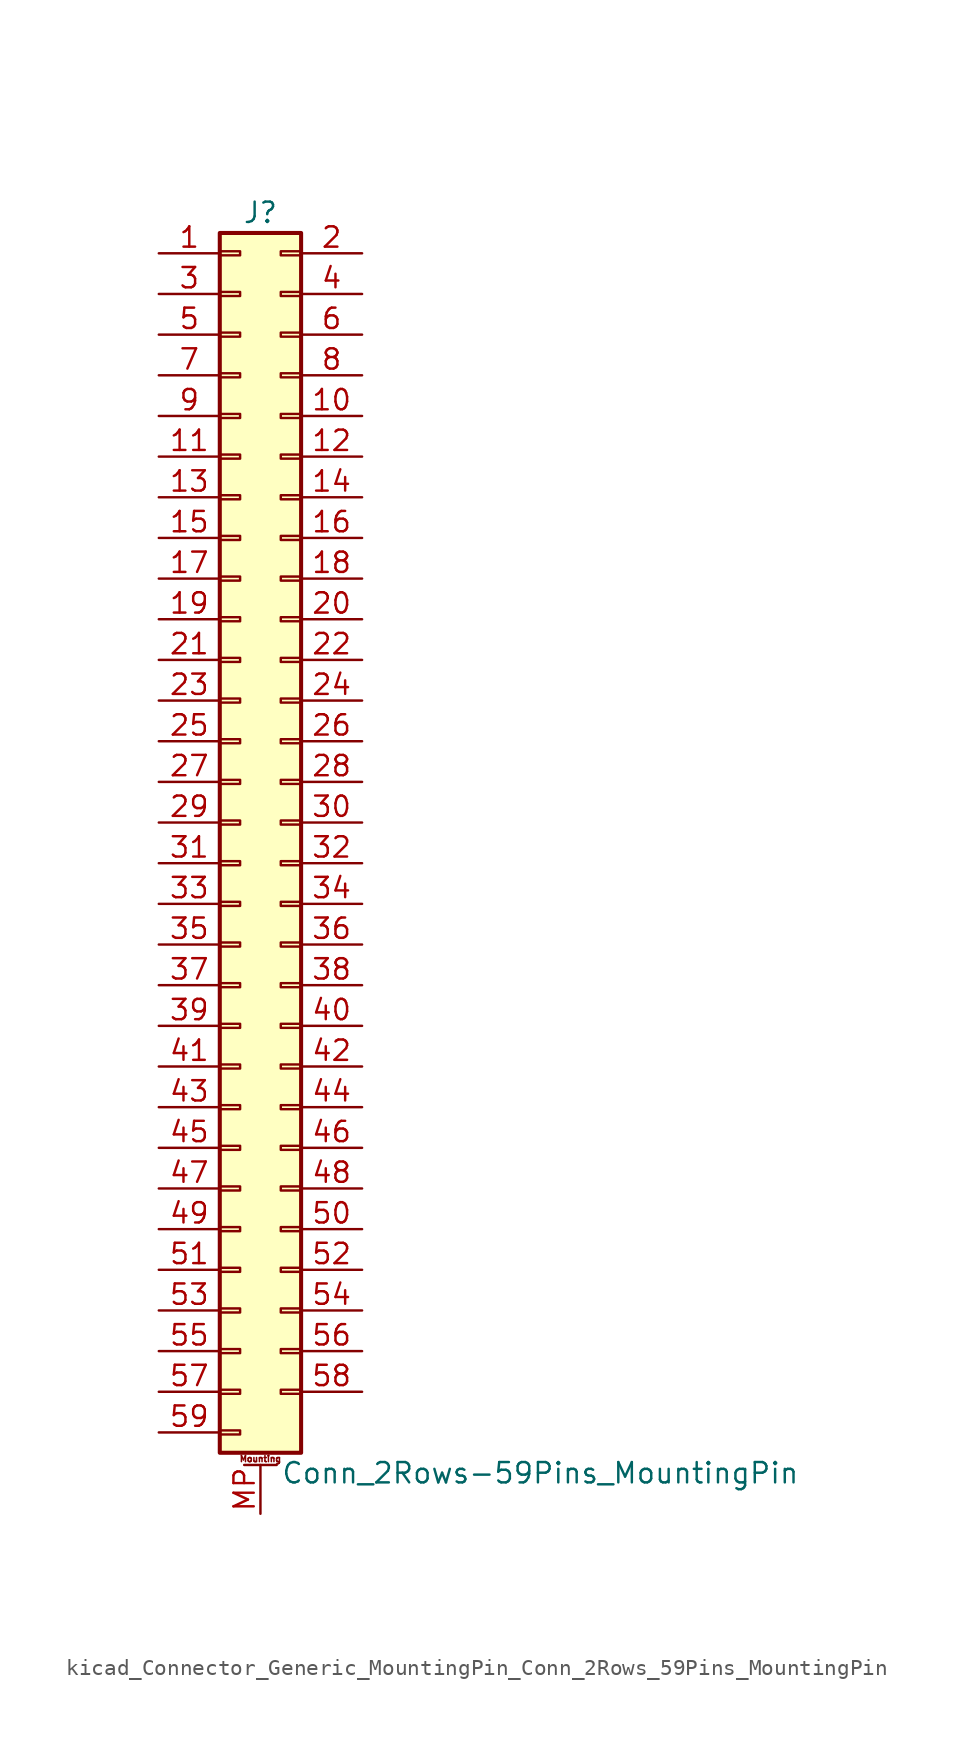
<source format=kicad_sym>
(kicad_symbol_lib
  (version 20220914)
  (generator kicad_symbol_editor)
  (symbol "kicad_Connector_Generic_MountingPin_Conn_2Rows_59Pins_MountingPin"
    (pin_names
      (offset 1.016) hide)
    (property "Reference" "J"
      (at 1.27 38.1 0)
      (effects (font (size 1.27 1.27))))
    (property "Value" "Conn_2Rows-59Pins_MountingPin"
      (at 2.54 -40.64 0)
      (effects (font (size 1.27 1.27)) (justify left)))
    (symbol "kicad_Connector_Generic_MountingPin_Conn_2Rows_59Pins_MountingPin_1_1"
      (rectangle (start -1.27 -37.973) (end 0 -38.227) (stroke (width 0.152) (type default)) (fill (type none)))
      (rectangle (start -1.27 -35.433) (end 0 -35.687) (stroke (width 0.152) (type default)) (fill (type none)))
      (rectangle (start -1.27 -32.893) (end 0 -33.147) (stroke (width 0.152) (type default)) (fill (type none)))
      (rectangle (start -1.27 -30.353) (end 0 -30.607) (stroke (width 0.152) (type default)) (fill (type none)))
      (rectangle (start -1.27 -27.813) (end 0 -28.067) (stroke (width 0.152) (type default)) (fill (type none)))
      (rectangle (start -1.27 -25.273) (end 0 -25.527) (stroke (width 0.152) (type default)) (fill (type none)))
      (rectangle (start -1.27 -22.733) (end 0 -22.987) (stroke (width 0.152) (type default)) (fill (type none)))
      (rectangle (start -1.27 -20.193) (end 0 -20.447) (stroke (width 0.152) (type default)) (fill (type none)))
      (rectangle (start -1.27 -17.653) (end 0 -17.907) (stroke (width 0.152) (type default)) (fill (type none)))
      (rectangle (start -1.27 -15.113) (end 0 -15.367) (stroke (width 0.152) (type default)) (fill (type none)))
      (rectangle (start -1.27 -12.573) (end 0 -12.827) (stroke (width 0.152) (type default)) (fill (type none)))
      (rectangle (start -1.27 -10.033) (end 0 -10.287) (stroke (width 0.152) (type default)) (fill (type none)))
      (rectangle (start -1.27 -7.493) (end 0 -7.747) (stroke (width 0.152) (type default)) (fill (type none)))
      (rectangle (start -1.27 -4.953) (end 0 -5.207) (stroke (width 0.152) (type default)) (fill (type none)))
      (rectangle (start -1.27 -2.413) (end 0 -2.667) (stroke (width 0.152) (type default)) (fill (type none)))
      (rectangle (start -1.27 0.127) (end 0 -0.127) (stroke (width 0.152) (type default)) (fill (type none)))
      (rectangle (start -1.27 2.667) (end 0 2.413) (stroke (width 0.152) (type default)) (fill (type none)))
      (rectangle (start -1.27 5.207) (end 0 4.953) (stroke (width 0.152) (type default)) (fill (type none)))
      (rectangle (start -1.27 7.747) (end 0 7.493) (stroke (width 0.152) (type default)) (fill (type none)))
      (rectangle (start -1.27 10.287) (end 0 10.033) (stroke (width 0.152) (type default)) (fill (type none)))
      (rectangle (start -1.27 12.827) (end 0 12.573) (stroke (width 0.152) (type default)) (fill (type none)))
      (rectangle (start -1.27 15.367) (end 0 15.113) (stroke (width 0.152) (type default)) (fill (type none)))
      (rectangle (start -1.27 17.907) (end 0 17.653) (stroke (width 0.152) (type default)) (fill (type none)))
      (rectangle (start -1.27 20.447) (end 0 20.193) (stroke (width 0.152) (type default)) (fill (type none)))
      (rectangle (start -1.27 22.987) (end 0 22.733) (stroke (width 0.152) (type default)) (fill (type none)))
      (rectangle (start -1.27 25.527) (end 0 25.273) (stroke (width 0.152) (type default)) (fill (type none)))
      (rectangle (start -1.27 28.067) (end 0 27.813) (stroke (width 0.152) (type default)) (fill (type none)))
      (rectangle (start -1.27 30.607) (end 0 30.353) (stroke (width 0.152) (type default)) (fill (type none)))
      (rectangle (start -1.27 33.147) (end 0 32.893) (stroke (width 0.152) (type default)) (fill (type none)))
      (rectangle (start -1.27 35.687) (end 0 35.433) (stroke (width 0.152) (type default)) (fill (type none)))
      (rectangle (start -1.27 36.83) (end 3.81 -39.37) (stroke (width 0.254) (type default)) (fill (type background)))
      (polyline (pts (xy 0.254 -40.132) (xy 2.286 -40.132)) (stroke (width 0.152) (type default)) (fill (type none)))
      (rectangle (start 3.81 -35.433) (end 2.54 -35.687) (stroke (width 0.152) (type default)) (fill (type none)))
      (rectangle (start 3.81 -32.893) (end 2.54 -33.147) (stroke (width 0.152) (type default)) (fill (type none)))
      (rectangle (start 3.81 -30.353) (end 2.54 -30.607) (stroke (width 0.152) (type default)) (fill (type none)))
      (rectangle (start 3.81 -27.813) (end 2.54 -28.067) (stroke (width 0.152) (type default)) (fill (type none)))
      (rectangle (start 3.81 -25.273) (end 2.54 -25.527) (stroke (width 0.152) (type default)) (fill (type none)))
      (rectangle (start 3.81 -22.733) (end 2.54 -22.987) (stroke (width 0.152) (type default)) (fill (type none)))
      (rectangle (start 3.81 -20.193) (end 2.54 -20.447) (stroke (width 0.152) (type default)) (fill (type none)))
      (rectangle (start 3.81 -17.653) (end 2.54 -17.907) (stroke (width 0.152) (type default)) (fill (type none)))
      (rectangle (start 3.81 -15.113) (end 2.54 -15.367) (stroke (width 0.152) (type default)) (fill (type none)))
      (rectangle (start 3.81 -12.573) (end 2.54 -12.827) (stroke (width 0.152) (type default)) (fill (type none)))
      (rectangle (start 3.81 -10.033) (end 2.54 -10.287) (stroke (width 0.152) (type default)) (fill (type none)))
      (rectangle (start 3.81 -7.493) (end 2.54 -7.747) (stroke (width 0.152) (type default)) (fill (type none)))
      (rectangle (start 3.81 -4.953) (end 2.54 -5.207) (stroke (width 0.152) (type default)) (fill (type none)))
      (rectangle (start 3.81 -2.413) (end 2.54 -2.667) (stroke (width 0.152) (type default)) (fill (type none)))
      (rectangle (start 3.81 0.127) (end 2.54 -0.127) (stroke (width 0.152) (type default)) (fill (type none)))
      (rectangle (start 3.81 2.667) (end 2.54 2.413) (stroke (width 0.152) (type default)) (fill (type none)))
      (rectangle (start 3.81 5.207) (end 2.54 4.953) (stroke (width 0.152) (type default)) (fill (type none)))
      (rectangle (start 3.81 7.747) (end 2.54 7.493) (stroke (width 0.152) (type default)) (fill (type none)))
      (rectangle (start 3.81 10.287) (end 2.54 10.033) (stroke (width 0.152) (type default)) (fill (type none)))
      (rectangle (start 3.81 12.827) (end 2.54 12.573) (stroke (width 0.152) (type default)) (fill (type none)))
      (rectangle (start 3.81 15.367) (end 2.54 15.113) (stroke (width 0.152) (type default)) (fill (type none)))
      (rectangle (start 3.81 17.907) (end 2.54 17.653) (stroke (width 0.152) (type default)) (fill (type none)))
      (rectangle (start 3.81 20.447) (end 2.54 20.193) (stroke (width 0.152) (type default)) (fill (type none)))
      (rectangle (start 3.81 22.987) (end 2.54 22.733) (stroke (width 0.152) (type default)) (fill (type none)))
      (rectangle (start 3.81 25.527) (end 2.54 25.273) (stroke (width 0.152) (type default)) (fill (type none)))
      (rectangle (start 3.81 28.067) (end 2.54 27.813) (stroke (width 0.152) (type default)) (fill (type none)))
      (rectangle (start 3.81 30.607) (end 2.54 30.353) (stroke (width 0.152) (type default)) (fill (type none)))
      (rectangle (start 3.81 33.147) (end 2.54 32.893) (stroke (width 0.152) (type default)) (fill (type none)))
      (rectangle (start 3.81 35.687) (end 2.54 35.433) (stroke (width 0.152) (type default)) (fill (type none)))
      (text "Mounting" (at 1.27 -39.751 0) (effects (font (size 0.381 0.381))))
      (pin passive line (at -5.08 35.56 0) (length 3.81) (name "Pin_1" (effects (font (size 1.27 1.27)))) (number "1" (effects (font (size 1.27 1.27)))))
      (pin passive line (at 7.62 25.4 180) (length 3.81) (name "Pin_10" (effects (font (size 1.27 1.27)))) (number "10" (effects (font (size 1.27 1.27)))))
      (pin passive line (at -5.08 22.86 0) (length 3.81) (name "Pin_11" (effects (font (size 1.27 1.27)))) (number "11" (effects (font (size 1.27 1.27)))))
      (pin passive line (at 7.62 22.86 180) (length 3.81) (name "Pin_12" (effects (font (size 1.27 1.27)))) (number "12" (effects (font (size 1.27 1.27)))))
      (pin passive line (at -5.08 20.32 0) (length 3.81) (name "Pin_13" (effects (font (size 1.27 1.27)))) (number "13" (effects (font (size 1.27 1.27)))))
      (pin passive line (at 7.62 20.32 180) (length 3.81) (name "Pin_14" (effects (font (size 1.27 1.27)))) (number "14" (effects (font (size 1.27 1.27)))))
      (pin passive line (at -5.08 17.78 0) (length 3.81) (name "Pin_15" (effects (font (size 1.27 1.27)))) (number "15" (effects (font (size 1.27 1.27)))))
      (pin passive line (at 7.62 17.78 180) (length 3.81) (name "Pin_16" (effects (font (size 1.27 1.27)))) (number "16" (effects (font (size 1.27 1.27)))))
      (pin passive line (at -5.08 15.24 0) (length 3.81) (name "Pin_17" (effects (font (size 1.27 1.27)))) (number "17" (effects (font (size 1.27 1.27)))))
      (pin passive line (at 7.62 15.24 180) (length 3.81) (name "Pin_18" (effects (font (size 1.27 1.27)))) (number "18" (effects (font (size 1.27 1.27)))))
      (pin passive line (at -5.08 12.7 0) (length 3.81) (name "Pin_19" (effects (font (size 1.27 1.27)))) (number "19" (effects (font (size 1.27 1.27)))))
      (pin passive line (at 7.62 35.56 180) (length 3.81) (name "Pin_2" (effects (font (size 1.27 1.27)))) (number "2" (effects (font (size 1.27 1.27)))))
      (pin passive line (at 7.62 12.7 180) (length 3.81) (name "Pin_20" (effects (font (size 1.27 1.27)))) (number "20" (effects (font (size 1.27 1.27)))))
      (pin passive line (at -5.08 10.16 0) (length 3.81) (name "Pin_21" (effects (font (size 1.27 1.27)))) (number "21" (effects (font (size 1.27 1.27)))))
      (pin passive line (at 7.62 10.16 180) (length 3.81) (name "Pin_22" (effects (font (size 1.27 1.27)))) (number "22" (effects (font (size 1.27 1.27)))))
      (pin passive line (at -5.08 7.62 0) (length 3.81) (name "Pin_23" (effects (font (size 1.27 1.27)))) (number "23" (effects (font (size 1.27 1.27)))))
      (pin passive line (at 7.62 7.62 180) (length 3.81) (name "Pin_24" (effects (font (size 1.27 1.27)))) (number "24" (effects (font (size 1.27 1.27)))))
      (pin passive line (at -5.08 5.08 0) (length 3.81) (name "Pin_25" (effects (font (size 1.27 1.27)))) (number "25" (effects (font (size 1.27 1.27)))))
      (pin passive line (at 7.62 5.08 180) (length 3.81) (name "Pin_26" (effects (font (size 1.27 1.27)))) (number "26" (effects (font (size 1.27 1.27)))))
      (pin passive line (at -5.08 2.54 0) (length 3.81) (name "Pin_27" (effects (font (size 1.27 1.27)))) (number "27" (effects (font (size 1.27 1.27)))))
      (pin passive line (at 7.62 2.54 180) (length 3.81) (name "Pin_28" (effects (font (size 1.27 1.27)))) (number "28" (effects (font (size 1.27 1.27)))))
      (pin passive line (at -5.08 0 0) (length 3.81) (name "Pin_29" (effects (font (size 1.27 1.27)))) (number "29" (effects (font (size 1.27 1.27)))))
      (pin passive line (at -5.08 33.02 0) (length 3.81) (name "Pin_3" (effects (font (size 1.27 1.27)))) (number "3" (effects (font (size 1.27 1.27)))))
      (pin passive line (at 7.62 0 180) (length 3.81) (name "Pin_30" (effects (font (size 1.27 1.27)))) (number "30" (effects (font (size 1.27 1.27)))))
      (pin passive line (at -5.08 -2.54 0) (length 3.81) (name "Pin_31" (effects (font (size 1.27 1.27)))) (number "31" (effects (font (size 1.27 1.27)))))
      (pin passive line (at 7.62 -2.54 180) (length 3.81) (name "Pin_32" (effects (font (size 1.27 1.27)))) (number "32" (effects (font (size 1.27 1.27)))))
      (pin passive line (at -5.08 -5.08 0) (length 3.81) (name "Pin_33" (effects (font (size 1.27 1.27)))) (number "33" (effects (font (size 1.27 1.27)))))
      (pin passive line (at 7.62 -5.08 180) (length 3.81) (name "Pin_34" (effects (font (size 1.27 1.27)))) (number "34" (effects (font (size 1.27 1.27)))))
      (pin passive line (at -5.08 -7.62 0) (length 3.81) (name "Pin_35" (effects (font (size 1.27 1.27)))) (number "35" (effects (font (size 1.27 1.27)))))
      (pin passive line (at 7.62 -7.62 180) (length 3.81) (name "Pin_36" (effects (font (size 1.27 1.27)))) (number "36" (effects (font (size 1.27 1.27)))))
      (pin passive line (at -5.08 -10.16 0) (length 3.81) (name "Pin_37" (effects (font (size 1.27 1.27)))) (number "37" (effects (font (size 1.27 1.27)))))
      (pin passive line (at 7.62 -10.16 180) (length 3.81) (name "Pin_38" (effects (font (size 1.27 1.27)))) (number "38" (effects (font (size 1.27 1.27)))))
      (pin passive line (at -5.08 -12.7 0) (length 3.81) (name "Pin_39" (effects (font (size 1.27 1.27)))) (number "39" (effects (font (size 1.27 1.27)))))
      (pin passive line (at 7.62 33.02 180) (length 3.81) (name "Pin_4" (effects (font (size 1.27 1.27)))) (number "4" (effects (font (size 1.27 1.27)))))
      (pin passive line (at 7.62 -12.7 180) (length 3.81) (name "Pin_40" (effects (font (size 1.27 1.27)))) (number "40" (effects (font (size 1.27 1.27)))))
      (pin passive line (at -5.08 -15.24 0) (length 3.81) (name "Pin_41" (effects (font (size 1.27 1.27)))) (number "41" (effects (font (size 1.27 1.27)))))
      (pin passive line (at 7.62 -15.24 180) (length 3.81) (name "Pin_42" (effects (font (size 1.27 1.27)))) (number "42" (effects (font (size 1.27 1.27)))))
      (pin passive line (at -5.08 -17.78 0) (length 3.81) (name "Pin_43" (effects (font (size 1.27 1.27)))) (number "43" (effects (font (size 1.27 1.27)))))
      (pin passive line (at 7.62 -17.78 180) (length 3.81) (name "Pin_44" (effects (font (size 1.27 1.27)))) (number "44" (effects (font (size 1.27 1.27)))))
      (pin passive line (at -5.08 -20.32 0) (length 3.81) (name "Pin_45" (effects (font (size 1.27 1.27)))) (number "45" (effects (font (size 1.27 1.27)))))
      (pin passive line (at 7.62 -20.32 180) (length 3.81) (name "Pin_46" (effects (font (size 1.27 1.27)))) (number "46" (effects (font (size 1.27 1.27)))))
      (pin passive line (at -5.08 -22.86 0) (length 3.81) (name "Pin_47" (effects (font (size 1.27 1.27)))) (number "47" (effects (font (size 1.27 1.27)))))
      (pin passive line (at 7.62 -22.86 180) (length 3.81) (name "Pin_48" (effects (font (size 1.27 1.27)))) (number "48" (effects (font (size 1.27 1.27)))))
      (pin passive line (at -5.08 -25.4 0) (length 3.81) (name "Pin_49" (effects (font (size 1.27 1.27)))) (number "49" (effects (font (size 1.27 1.27)))))
      (pin passive line (at -5.08 30.48 0) (length 3.81) (name "Pin_5" (effects (font (size 1.27 1.27)))) (number "5" (effects (font (size 1.27 1.27)))))
      (pin passive line (at 7.62 -25.4 180) (length 3.81) (name "Pin_50" (effects (font (size 1.27 1.27)))) (number "50" (effects (font (size 1.27 1.27)))))
      (pin passive line (at -5.08 -27.94 0) (length 3.81) (name "Pin_51" (effects (font (size 1.27 1.27)))) (number "51" (effects (font (size 1.27 1.27)))))
      (pin passive line (at 7.62 -27.94 180) (length 3.81) (name "Pin_52" (effects (font (size 1.27 1.27)))) (number "52" (effects (font (size 1.27 1.27)))))
      (pin passive line (at -5.08 -30.48 0) (length 3.81) (name "Pin_53" (effects (font (size 1.27 1.27)))) (number "53" (effects (font (size 1.27 1.27)))))
      (pin passive line (at 7.62 -30.48 180) (length 3.81) (name "Pin_54" (effects (font (size 1.27 1.27)))) (number "54" (effects (font (size 1.27 1.27)))))
      (pin passive line (at -5.08 -33.02 0) (length 3.81) (name "Pin_55" (effects (font (size 1.27 1.27)))) (number "55" (effects (font (size 1.27 1.27)))))
      (pin passive line (at 7.62 -33.02 180) (length 3.81) (name "Pin_56" (effects (font (size 1.27 1.27)))) (number "56" (effects (font (size 1.27 1.27)))))
      (pin passive line (at -5.08 -35.56 0) (length 3.81) (name "Pin_57" (effects (font (size 1.27 1.27)))) (number "57" (effects (font (size 1.27 1.27)))))
      (pin passive line (at 7.62 -35.56 180) (length 3.81) (name "Pin_58" (effects (font (size 1.27 1.27)))) (number "58" (effects (font (size 1.27 1.27)))))
      (pin passive line (at -5.08 -38.1 0) (length 3.81) (name "Pin_59" (effects (font (size 1.27 1.27)))) (number "59" (effects (font (size 1.27 1.27)))))
      (pin passive line (at 7.62 30.48 180) (length 3.81) (name "Pin_6" (effects (font (size 1.27 1.27)))) (number "6" (effects (font (size 1.27 1.27)))))
      (pin passive line (at -5.08 27.94 0) (length 3.81) (name "Pin_7" (effects (font (size 1.27 1.27)))) (number "7" (effects (font (size 1.27 1.27)))))
      (pin passive line (at 7.62 27.94 180) (length 3.81) (name "Pin_8" (effects (font (size 1.27 1.27)))) (number "8" (effects (font (size 1.27 1.27)))))
      (pin passive line (at -5.08 25.4 0) (length 3.81) (name "Pin_9" (effects (font (size 1.27 1.27)))) (number "9" (effects (font (size 1.27 1.27)))))
      (pin passive line (at 1.27 -43.18 90) (length 3.048) (name "MountPin" (effects (font (size 1.27 1.27)))) (number "MP" (effects (font (size 1.27 1.27))))))))
</source>
